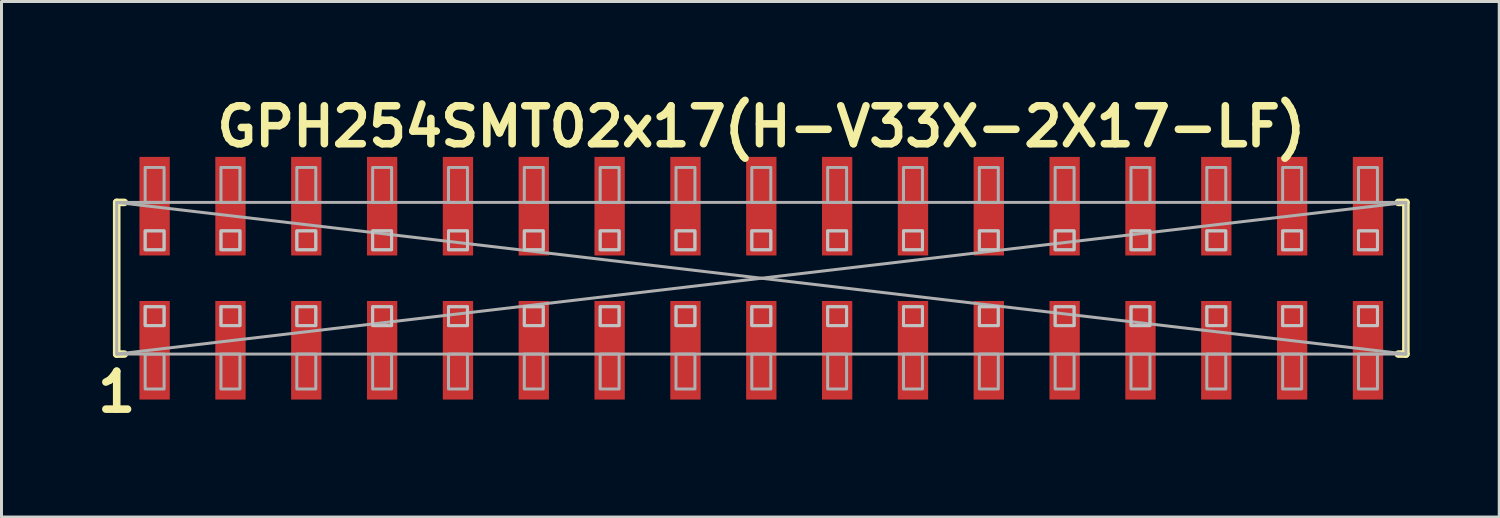
<source format=kicad_pcb>
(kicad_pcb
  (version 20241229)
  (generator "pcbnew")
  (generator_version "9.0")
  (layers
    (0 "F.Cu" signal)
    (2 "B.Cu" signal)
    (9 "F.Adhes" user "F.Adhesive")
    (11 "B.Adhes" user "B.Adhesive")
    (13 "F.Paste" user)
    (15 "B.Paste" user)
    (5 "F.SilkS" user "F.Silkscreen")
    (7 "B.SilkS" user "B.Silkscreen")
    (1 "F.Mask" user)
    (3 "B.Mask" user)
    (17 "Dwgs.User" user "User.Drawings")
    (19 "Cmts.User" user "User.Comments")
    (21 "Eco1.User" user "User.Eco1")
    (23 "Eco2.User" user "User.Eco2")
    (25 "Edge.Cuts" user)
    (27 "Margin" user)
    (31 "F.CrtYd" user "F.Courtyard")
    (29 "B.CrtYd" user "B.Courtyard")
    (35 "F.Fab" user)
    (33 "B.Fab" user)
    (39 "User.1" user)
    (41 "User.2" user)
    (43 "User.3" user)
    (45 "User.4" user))
  (footprint "GPH254SMT02x17(H-V33X-2X17-LF)"
    (layer "F.Cu")
    (at 22.449 6.269)
    (property "Reference" "GPH254SMT02x17(H-V33X-2X17-LF)" (at 0 -5.08 0) (layer "F.SilkS") (effects (font (size 1.27 1.27) (thickness 0.254))))
    (attr smd)
    (fp_line (start -21.59 -2.54) (end -21.59 2.54) (stroke (width 0.254) (type solid)) (layer "F.SilkS"))
    (fp_line (start -21.59 -2.54) (end -21.336 -2.54) (stroke (width 0.254) (type solid)) (layer "F.SilkS"))
    (fp_line (start -21.59 2.54) (end -21.336 2.54) (stroke (width 0.254) (type solid)) (layer "F.SilkS"))
    (fp_line (start 21.59 -2.54) (end 21.336 -2.54) (stroke (width 0.254) (type solid)) (layer "F.SilkS"))
    (fp_line (start 21.59 2.54) (end 21.336 2.54) (stroke (width 0.254) (type solid)) (layer "F.SilkS"))
    (fp_line (start 21.59 2.54) (end 21.59 -2.54) (stroke (width 0.254) (type solid)) (layer "F.SilkS"))
    (fp_poly (pts (xy -20.637 -1.587) (xy -20.003 -1.587) (xy -20.003 -0.953) (xy -20.637 -0.953)) (stroke (width 0.1) (type solid)) (fill no) (layer "Dwgs.User"))
    (fp_poly (pts (xy -20.637 0.953) (xy -20.003 0.953) (xy -20.003 1.587) (xy -20.637 1.587)) (stroke (width 0.1) (type solid)) (fill no) (layer "Dwgs.User"))
    (fp_poly (pts (xy -18.098 -1.587) (xy -17.462 -1.587) (xy -17.462 -0.953) (xy -18.098 -0.953)) (stroke (width 0.1) (type solid)) (fill no) (layer "Dwgs.User"))
    (fp_poly (pts (xy -18.098 0.953) (xy -17.462 0.953) (xy -17.462 1.587) (xy -18.098 1.587)) (stroke (width 0.1) (type solid)) (fill no) (layer "Dwgs.User"))
    (fp_poly (pts (xy -15.557 -1.587) (xy -14.922 -1.587) (xy -14.922 -0.953) (xy -15.557 -0.953)) (stroke (width 0.1) (type solid)) (fill no) (layer "Dwgs.User"))
    (fp_poly (pts (xy -15.557 0.953) (xy -14.922 0.953) (xy -14.922 1.587) (xy -15.557 1.587)) (stroke (width 0.1) (type solid)) (fill no) (layer "Dwgs.User"))
    (fp_poly (pts (xy -13.018 -1.587) (xy -12.383 -1.587) (xy -12.383 -0.953) (xy -13.018 -0.953)) (stroke (width 0.1) (type solid)) (fill no) (layer "Dwgs.User"))
    (fp_poly (pts (xy -13.018 0.953) (xy -12.383 0.953) (xy -12.383 1.587) (xy -13.018 1.587)) (stroke (width 0.1) (type solid)) (fill no) (layer "Dwgs.User"))
    (fp_poly (pts (xy -10.477 -1.587) (xy -9.842 -1.587) (xy -9.842 -0.953) (xy -10.477 -0.953)) (stroke (width 0.1) (type solid)) (fill no) (layer "Dwgs.User"))
    (fp_poly (pts (xy -10.477 0.953) (xy -9.842 0.953) (xy -9.842 1.587) (xy -10.477 1.587)) (stroke (width 0.1) (type solid)) (fill no) (layer "Dwgs.User"))
    (fp_poly (pts (xy -7.938 -1.587) (xy -7.303 -1.587) (xy -7.303 -0.953) (xy -7.938 -0.953)) (stroke (width 0.1) (type solid)) (fill no) (layer "Dwgs.User"))
    (fp_poly (pts (xy -7.938 0.953) (xy -7.303 0.953) (xy -7.303 1.587) (xy -7.938 1.587)) (stroke (width 0.1) (type solid)) (fill no) (layer "Dwgs.User"))
    (fp_poly (pts (xy -5.397 -1.587) (xy -4.763 -1.587) (xy -4.763 -0.953) (xy -5.397 -0.953)) (stroke (width 0.1) (type solid)) (fill no) (layer "Dwgs.User"))
    (fp_poly (pts (xy -5.397 0.953) (xy -4.763 0.953) (xy -4.763 1.587) (xy -5.397 1.587)) (stroke (width 0.1) (type solid)) (fill no) (layer "Dwgs.User"))
    (fp_poly (pts (xy -2.857 -1.587) (xy -2.223 -1.587) (xy -2.223 -0.953) (xy -2.857 -0.953)) (stroke (width 0.1) (type solid)) (fill no) (layer "Dwgs.User"))
    (fp_poly (pts (xy -2.857 0.953) (xy -2.223 0.953) (xy -2.223 1.587) (xy -2.857 1.587)) (stroke (width 0.1) (type solid)) (fill no) (layer "Dwgs.User"))
    (fp_poly (pts (xy -0.318 -1.587) (xy 0.318 -1.587) (xy 0.318 -0.953) (xy -0.318 -0.953)) (stroke (width 0.1) (type solid)) (fill no) (layer "Dwgs.User"))
    (fp_poly (pts (xy -0.318 0.953) (xy 0.318 0.953) (xy 0.318 1.587) (xy -0.318 1.587)) (stroke (width 0.1) (type solid)) (fill no) (layer "Dwgs.User"))
    (fp_poly (pts (xy 2.223 -1.587) (xy 2.857 -1.587) (xy 2.857 -0.953) (xy 2.223 -0.953)) (stroke (width 0.1) (type solid)) (fill no) (layer "Dwgs.User"))
    (fp_poly (pts (xy 2.223 0.953) (xy 2.857 0.953) (xy 2.857 1.587) (xy 2.223 1.587)) (stroke (width 0.1) (type solid)) (fill no) (layer "Dwgs.User"))
    (fp_poly (pts (xy 4.763 -1.587) (xy 5.397 -1.587) (xy 5.397 -0.953) (xy 4.763 -0.953)) (stroke (width 0.1) (type solid)) (fill no) (layer "Dwgs.User"))
    (fp_poly (pts (xy 4.763 0.953) (xy 5.397 0.953) (xy 5.397 1.587) (xy 4.763 1.587)) (stroke (width 0.1) (type solid)) (fill no) (layer "Dwgs.User"))
    (fp_poly (pts (xy 7.303 -1.587) (xy 7.938 -1.587) (xy 7.938 -0.953) (xy 7.303 -0.953)) (stroke (width 0.1) (type solid)) (fill no) (layer "Dwgs.User"))
    (fp_poly (pts (xy 7.303 0.953) (xy 7.938 0.953) (xy 7.938 1.587) (xy 7.303 1.587)) (stroke (width 0.1) (type solid)) (fill no) (layer "Dwgs.User"))
    (fp_poly (pts (xy 9.842 -1.587) (xy 10.477 -1.587) (xy 10.477 -0.953) (xy 9.842 -0.953)) (stroke (width 0.1) (type solid)) (fill no) (layer "Dwgs.User"))
    (fp_poly (pts (xy 9.842 0.953) (xy 10.477 0.953) (xy 10.477 1.587) (xy 9.842 1.587)) (stroke (width 0.1) (type solid)) (fill no) (layer "Dwgs.User"))
    (fp_poly (pts (xy 12.383 -1.587) (xy 13.018 -1.587) (xy 13.018 -0.953) (xy 12.383 -0.953)) (stroke (width 0.1) (type solid)) (fill no) (layer "Dwgs.User"))
    (fp_poly (pts (xy 12.383 0.953) (xy 13.018 0.953) (xy 13.018 1.587) (xy 12.383 1.587)) (stroke (width 0.1) (type solid)) (fill no) (layer "Dwgs.User"))
    (fp_poly (pts (xy 14.922 -1.587) (xy 15.557 -1.587) (xy 15.557 -0.953) (xy 14.922 -0.953)) (stroke (width 0.1) (type solid)) (fill no) (layer "Dwgs.User"))
    (fp_poly (pts (xy 14.922 0.953) (xy 15.557 0.953) (xy 15.557 1.587) (xy 14.922 1.587)) (stroke (width 0.1) (type solid)) (fill no) (layer "Dwgs.User"))
    (fp_poly (pts (xy 17.462 -1.587) (xy 18.098 -1.587) (xy 18.098 -0.953) (xy 17.462 -0.953)) (stroke (width 0.1) (type solid)) (fill no) (layer "Dwgs.User"))
    (fp_poly (pts (xy 17.462 0.953) (xy 18.098 0.953) (xy 18.098 1.587) (xy 17.462 1.587)) (stroke (width 0.1) (type solid)) (fill no) (layer "Dwgs.User"))
    (fp_poly (pts (xy 20.003 -1.587) (xy 20.637 -1.587) (xy 20.637 -0.953) (xy 20.003 -0.953)) (stroke (width 0.1) (type solid)) (fill no) (layer "Dwgs.User"))
    (fp_poly (pts (xy 20.003 0.953) (xy 20.637 0.953) (xy 20.637 1.587) (xy 20.003 1.587)) (stroke (width 0.1) (type solid)) (fill no) (layer "Dwgs.User"))
    (fp_line (start -21.59 -2.54) (end 21.59 2.54) (stroke (width 0.1) (type default)) (layer "F.Fab"))
    (fp_line (start 21.59 -2.54) (end -21.59 2.54) (stroke (width 0.1) (type default)) (layer "F.Fab"))
    (fp_rect (start -21.59 -2.54) (end 21.59 2.54) (stroke (width 0.1) (type default)) (fill no) (layer "F.Fab"))
    (fp_poly (pts (xy -20.637 -3.71) (xy -20.003 -3.71) (xy -20.003 -2.54) (xy -20.637 -2.54)) (stroke (width 0.1) (type solid)) (fill no) (layer "F.Fab"))
    (fp_poly (pts (xy -20.637 -1.587) (xy -20.003 -1.587) (xy -20.003 -0.953) (xy -20.637 -0.953)) (stroke (width 0.1) (type solid)) (fill no) (layer "F.Fab"))
    (fp_poly (pts (xy -20.637 0.953) (xy -20.003 0.953) (xy -20.003 1.587) (xy -20.637 1.587)) (stroke (width 0.1) (type solid)) (fill no) (layer "F.Fab"))
    (fp_poly (pts (xy -20.637 2.54) (xy -20.003 2.54) (xy -20.003 3.71) (xy -20.637 3.71)) (stroke (width 0.1) (type solid)) (fill no) (layer "F.Fab"))
    (fp_poly (pts (xy -18.098 -3.71) (xy -17.462 -3.71) (xy -17.462 -2.54) (xy -18.098 -2.54)) (stroke (width 0.1) (type solid)) (fill no) (layer "F.Fab"))
    (fp_poly (pts (xy -18.098 -1.587) (xy -17.462 -1.587) (xy -17.462 -0.953) (xy -18.098 -0.953)) (stroke (width 0.1) (type solid)) (fill no) (layer "F.Fab"))
    (fp_poly (pts (xy -18.098 0.953) (xy -17.462 0.953) (xy -17.462 1.587) (xy -18.098 1.587)) (stroke (width 0.1) (type solid)) (fill no) (layer "F.Fab"))
    (fp_poly (pts (xy -18.098 2.54) (xy -17.462 2.54) (xy -17.462 3.71) (xy -18.098 3.71)) (stroke (width 0.1) (type solid)) (fill no) (layer "F.Fab"))
    (fp_poly (pts (xy -15.557 -3.71) (xy -14.922 -3.71) (xy -14.922 -2.54) (xy -15.557 -2.54)) (stroke (width 0.1) (type solid)) (fill no) (layer "F.Fab"))
    (fp_poly (pts (xy -15.557 -1.587) (xy -14.922 -1.587) (xy -14.922 -0.953) (xy -15.557 -0.953)) (stroke (width 0.1) (type solid)) (fill no) (layer "F.Fab"))
    (fp_poly (pts (xy -15.557 0.953) (xy -14.922 0.953) (xy -14.922 1.587) (xy -15.557 1.587)) (stroke (width 0.1) (type solid)) (fill no) (layer "F.Fab"))
    (fp_poly (pts (xy -15.557 2.54) (xy -14.922 2.54) (xy -14.922 3.71) (xy -15.557 3.71)) (stroke (width 0.1) (type solid)) (fill no) (layer "F.Fab"))
    (fp_poly (pts (xy -13.018 -3.71) (xy -12.383 -3.71) (xy -12.383 -2.54) (xy -13.018 -2.54)) (stroke (width 0.1) (type solid)) (fill no) (layer "F.Fab"))
    (fp_poly (pts (xy -13.018 0.953) (xy -12.383 0.953) (xy -12.383 1.587) (xy -13.018 1.587)) (stroke (width 0.1) (type solid)) (fill no) (layer "F.Fab"))
    (fp_poly (pts (xy -13.018 2.54) (xy -12.383 2.54) (xy -12.383 3.71) (xy -13.018 3.71)) (stroke (width 0.1) (type solid)) (fill no) (layer "F.Fab"))
    (fp_poly (pts (xy -10.477 -3.71) (xy -9.842 -3.71) (xy -9.842 -2.54) (xy -10.477 -2.54)) (stroke (width 0.1) (type solid)) (fill no) (layer "F.Fab"))
    (fp_poly (pts (xy -10.477 -1.587) (xy -9.842 -1.587) (xy -9.842 -0.953) (xy -10.477 -0.953)) (stroke (width 0.1) (type solid)) (fill no) (layer "F.Fab"))
    (fp_poly (pts (xy -10.477 0.953) (xy -9.842 0.953) (xy -9.842 1.587) (xy -10.477 1.587)) (stroke (width 0.1) (type solid)) (fill no) (layer "F.Fab"))
    (fp_poly (pts (xy -10.477 2.54) (xy -9.842 2.54) (xy -9.842 3.71) (xy -10.477 3.71)) (stroke (width 0.1) (type solid)) (fill no) (layer "F.Fab"))
    (fp_poly (pts (xy -7.938 -3.71) (xy -7.303 -3.71) (xy -7.303 -2.54) (xy -7.938 -2.54)) (stroke (width 0.1) (type solid)) (fill no) (layer "F.Fab"))
    (fp_poly (pts (xy -7.938 -1.587) (xy -7.303 -1.587) (xy -7.303 -0.953) (xy -7.938 -0.953)) (stroke (width 0.1) (type solid)) (fill no) (layer "F.Fab"))
    (fp_poly (pts (xy -7.938 0.953) (xy -7.303 0.953) (xy -7.303 1.587) (xy -7.938 1.587)) (stroke (width 0.1) (type solid)) (fill no) (layer "F.Fab"))
    (fp_poly (pts (xy -7.938 2.54) (xy -7.303 2.54) (xy -7.303 3.71) (xy -7.938 3.71)) (stroke (width 0.1) (type solid)) (fill no) (layer "F.Fab"))
    (fp_poly (pts (xy -5.397 -3.71) (xy -4.763 -3.71) (xy -4.763 -2.54) (xy -5.397 -2.54)) (stroke (width 0.1) (type solid)) (fill no) (layer "F.Fab"))
    (fp_poly (pts (xy -5.397 -1.587) (xy -4.763 -1.587) (xy -4.763 -0.953) (xy -5.397 -0.953)) (stroke (width 0.1) (type solid)) (fill no) (layer "F.Fab"))
    (fp_poly (pts (xy -5.397 0.953) (xy -4.763 0.953) (xy -4.763 1.587) (xy -5.397 1.587)) (stroke (width 0.1) (type solid)) (fill no) (layer "F.Fab"))
    (fp_poly (pts (xy -5.397 2.54) (xy -4.763 2.54) (xy -4.763 3.71) (xy -5.397 3.71)) (stroke (width 0.1) (type solid)) (fill no) (layer "F.Fab"))
    (fp_poly (pts (xy -2.857 -3.71) (xy -2.223 -3.71) (xy -2.223 -2.54) (xy -2.857 -2.54)) (stroke (width 0.1) (type solid)) (fill no) (layer "F.Fab"))
    (fp_poly (pts (xy -2.857 -1.587) (xy -2.223 -1.587) (xy -2.223 -0.953) (xy -2.857 -0.953)) (stroke (width 0.1) (type solid)) (fill no) (layer "F.Fab"))
    (fp_poly (pts (xy -2.857 0.953) (xy -2.223 0.953) (xy -2.223 1.587) (xy -2.857 1.587)) (stroke (width 0.1) (type solid)) (fill no) (layer "F.Fab"))
    (fp_poly (pts (xy -2.857 2.54) (xy -2.223 2.54) (xy -2.223 3.71) (xy -2.857 3.71)) (stroke (width 0.1) (type solid)) (fill no) (layer "F.Fab"))
    (fp_poly (pts (xy -0.318 -3.71) (xy 0.318 -3.71) (xy 0.318 -2.54) (xy -0.318 -2.54)) (stroke (width 0.1) (type solid)) (fill no) (layer "F.Fab"))
    (fp_poly (pts (xy -0.318 0.953) (xy 0.318 0.953) (xy 0.318 1.587) (xy -0.318 1.587)) (stroke (width 0.1) (type solid)) (fill no) (layer "F.Fab"))
    (fp_poly (pts (xy -0.318 2.54) (xy 0.318 2.54) (xy 0.318 3.71) (xy -0.318 3.71)) (stroke (width 0.1) (type solid)) (fill no) (layer "F.Fab"))
    (fp_poly (pts (xy 2.223 -3.71) (xy 2.857 -3.71) (xy 2.857 -2.54) (xy 2.223 -2.54)) (stroke (width 0.1) (type solid)) (fill no) (layer "F.Fab"))
    (fp_poly (pts (xy 2.223 -1.587) (xy 2.857 -1.587) (xy 2.857 -0.953) (xy 2.223 -0.953)) (stroke (width 0.1) (type solid)) (fill no) (layer "F.Fab"))
    (fp_poly (pts (xy 2.223 0.953) (xy 2.857 0.953) (xy 2.857 1.587) (xy 2.223 1.587)) (stroke (width 0.1) (type solid)) (fill no) (layer "F.Fab"))
    (fp_poly (pts (xy 2.223 2.54) (xy 2.857 2.54) (xy 2.857 3.71) (xy 2.223 3.71)) (stroke (width 0.1) (type solid)) (fill no) (layer "F.Fab"))
    (fp_poly (pts (xy 4.763 -3.71) (xy 5.397 -3.71) (xy 5.397 -2.54) (xy 4.763 -2.54)) (stroke (width 0.1) (type solid)) (fill no) (layer "F.Fab"))
    (fp_poly (pts (xy 4.763 -1.587) (xy 5.397 -1.587) (xy 5.397 -0.953) (xy 4.763 -0.953)) (stroke (width 0.1) (type solid)) (fill no) (layer "F.Fab"))
    (fp_poly (pts (xy 4.763 0.953) (xy 5.397 0.953) (xy 5.397 1.587) (xy 4.763 1.587)) (stroke (width 0.1) (type solid)) (fill no) (layer "F.Fab"))
    (fp_poly (pts (xy 4.763 2.54) (xy 5.397 2.54) (xy 5.397 3.71) (xy 4.763 3.71)) (stroke (width 0.1) (type solid)) (fill no) (layer "F.Fab"))
    (fp_poly (pts (xy 7.303 -3.71) (xy 7.938 -3.71) (xy 7.938 -2.54) (xy 7.303 -2.54)) (stroke (width 0.1) (type solid)) (fill no) (layer "F.Fab"))
    (fp_poly (pts (xy 7.303 -1.587) (xy 7.938 -1.587) (xy 7.938 -0.953) (xy 7.303 -0.953)) (stroke (width 0.1) (type solid)) (fill no) (layer "F.Fab"))
    (fp_poly (pts (xy 7.303 0.953) (xy 7.938 0.953) (xy 7.938 1.587) (xy 7.303 1.587)) (stroke (width 0.1) (type solid)) (fill no) (layer "F.Fab"))
    (fp_poly (pts (xy 7.303 2.54) (xy 7.938 2.54) (xy 7.938 3.71) (xy 7.303 3.71)) (stroke (width 0.1) (type solid)) (fill no) (layer "F.Fab"))
    (fp_poly (pts (xy 9.842 -3.71) (xy 10.477 -3.71) (xy 10.477 -2.54) (xy 9.842 -2.54)) (stroke (width 0.1) (type solid)) (fill no) (layer "F.Fab"))
    (fp_poly (pts (xy 9.842 -1.587) (xy 10.477 -1.587) (xy 10.477 -0.953) (xy 9.842 -0.953)) (stroke (width 0.1) (type solid)) (fill no) (layer "F.Fab"))
    (fp_poly (pts (xy 9.842 0.953) (xy 10.477 0.953) (xy 10.477 1.587) (xy 9.842 1.587)) (stroke (width 0.1) (type solid)) (fill no) (layer "F.Fab"))
    (fp_poly (pts (xy 9.842 2.54) (xy 10.477 2.54) (xy 10.477 3.71) (xy 9.842 3.71)) (stroke (width 0.1) (type solid)) (fill no) (layer "F.Fab"))
    (fp_poly (pts (xy 12.383 -3.71) (xy 13.018 -3.71) (xy 13.018 -2.54) (xy 12.383 -2.54)) (stroke (width 0.1) (type solid)) (fill no) (layer "F.Fab"))
    (fp_poly (pts (xy 12.383 0.953) (xy 13.018 0.953) (xy 13.018 1.587) (xy 12.383 1.587)) (stroke (width 0.1) (type solid)) (fill no) (layer "F.Fab"))
    (fp_poly (pts (xy 12.383 2.54) (xy 13.018 2.54) (xy 13.018 3.71) (xy 12.383 3.71)) (stroke (width 0.1) (type solid)) (fill no) (layer "F.Fab"))
    (fp_poly (pts (xy 14.922 -3.71) (xy 15.557 -3.71) (xy 15.557 -2.54) (xy 14.922 -2.54)) (stroke (width 0.1) (type solid)) (fill no) (layer "F.Fab"))
    (fp_poly (pts (xy 14.922 -1.587) (xy 15.557 -1.587) (xy 15.557 -0.953) (xy 14.922 -0.953)) (stroke (width 0.1) (type solid)) (fill no) (layer "F.Fab"))
    (fp_poly (pts (xy 14.922 0.953) (xy 15.557 0.953) (xy 15.557 1.587) (xy 14.922 1.587)) (stroke (width 0.1) (type solid)) (fill no) (layer "F.Fab"))
    (fp_poly (pts (xy 14.922 2.54) (xy 15.557 2.54) (xy 15.557 3.71) (xy 14.922 3.71)) (stroke (width 0.1) (type solid)) (fill no) (layer "F.Fab"))
    (fp_poly (pts (xy 17.462 -3.71) (xy 18.098 -3.71) (xy 18.098 -2.54) (xy 17.462 -2.54)) (stroke (width 0.1) (type solid)) (fill no) (layer "F.Fab"))
    (fp_poly (pts (xy 17.462 -1.587) (xy 18.098 -1.587) (xy 18.098 -0.953) (xy 17.462 -0.953)) (stroke (width 0.1) (type solid)) (fill no) (layer "F.Fab"))
    (fp_poly (pts (xy 17.462 0.953) (xy 18.098 0.953) (xy 18.098 1.587) (xy 17.462 1.587)) (stroke (width 0.1) (type solid)) (fill no) (layer "F.Fab"))
    (fp_poly (pts (xy 17.462 2.54) (xy 18.098 2.54) (xy 18.098 3.71) (xy 17.462 3.71)) (stroke (width 0.1) (type solid)) (fill no) (layer "F.Fab"))
    (fp_poly (pts (xy 20.003 -3.71) (xy 20.637 -3.71) (xy 20.637 -2.54) (xy 20.003 -2.54)) (stroke (width 0.1) (type solid)) (fill no) (layer "F.Fab"))
    (fp_poly (pts (xy 20.003 -1.587) (xy 20.637 -1.587) (xy 20.637 -0.953) (xy 20.003 -0.953)) (stroke (width 0.1) (type solid)) (fill no) (layer "F.Fab"))
    (fp_poly (pts (xy 20.003 0.953) (xy 20.637 0.953) (xy 20.637 1.587) (xy 20.003 1.587)) (stroke (width 0.1) (type solid)) (fill no) (layer "F.Fab"))
    (fp_poly (pts (xy 20.003 2.54) (xy 20.637 2.54) (xy 20.637 3.71) (xy 20.003 3.71)) (stroke (width 0.1) (type solid)) (fill no) (layer "F.Fab"))
    (fp_poly (pts (xy -13.018 -1.587) (xy -12.383 -1.587) (xy -12.383 -1.27) (xy -12.383 -0.953) (xy -13.018 -0.953)) (stroke (width 0.1) (type solid)) (fill no) (layer "F.Fab"))
    (fp_poly (pts (xy -0.318 -1.587) (xy 0.318 -1.587) (xy 0.318 -1.27) (xy 0.318 -0.953) (xy -0.318 -0.953)) (stroke (width 0.1) (type solid)) (fill no) (layer "F.Fab"))
    (fp_poly (pts (xy 12.383 -1.587) (xy 13.018 -1.587) (xy 13.018 -1.27) (xy 13.018 -0.953) (xy 12.383 -0.953)) (stroke (width 0.1) (type solid)) (fill no) (layer "F.Fab"))
    (fp_text user "1" (at -21.59 3.81 0) (layer "F.SilkS") (effects (font (size 1.27 1.27) (thickness 0.254))))
    (pad "" smd rect (at -20.32 -2.413 90) (size 3.556 1.778) (layers "F.Paste"))
    (pad "" smd rect (at -20.32 2.413 90) (size 3.556 1.778) (layers "F.Paste"))
    (pad "" smd rect (at -17.78 -2.413 90) (size 3.556 1.778) (layers "F.Paste"))
    (pad "" smd rect (at -17.78 2.413 90) (size 3.556 1.778) (layers "F.Paste"))
    (pad "" smd rect (at -15.24 -2.413 90) (size 3.556 1.778) (layers "F.Paste"))
    (pad "" smd rect (at -15.24 2.413 90) (size 3.556 1.778) (layers "F.Paste"))
    (pad "" smd rect (at -12.7 -2.413 90) (size 3.556 1.778) (layers "F.Paste"))
    (pad "" smd rect (at -12.7 2.413 90) (size 3.556 1.778) (layers "F.Paste"))
    (pad "" smd rect (at -10.16 -2.413 90) (size 3.556 1.778) (layers "F.Paste"))
    (pad "" smd rect (at -10.16 2.413 90) (size 3.556 1.778) (layers "F.Paste"))
    (pad "" smd rect (at -7.62 -2.413 90) (size 3.556 1.778) (layers "F.Paste"))
    (pad "" smd rect (at -7.62 2.413 90) (size 3.556 1.778) (layers "F.Paste"))
    (pad "" smd rect (at -5.08 -2.413 90) (size 3.556 1.778) (layers "F.Paste"))
    (pad "" smd rect (at -5.08 2.413 90) (size 3.556 1.778) (layers "F.Paste"))
    (pad "" smd rect (at -2.54 -2.413 90) (size 3.556 1.778) (layers "F.Paste"))
    (pad "" smd rect (at -2.54 2.413 90) (size 3.556 1.778) (layers "F.Paste"))
    (pad "" smd rect (at 0 -2.413 90) (size 3.556 1.778) (layers "F.Paste"))
    (pad "" smd rect (at 0 2.413 90) (size 3.556 1.778) (layers "F.Paste"))
    (pad "" smd rect (at 2.54 -2.413 90) (size 3.556 1.778) (layers "F.Paste"))
    (pad "" smd rect (at 2.54 2.413 90) (size 3.556 1.778) (layers "F.Paste"))
    (pad "" smd rect (at 5.08 -2.413 90) (size 3.556 1.778) (layers "F.Paste"))
    (pad "" smd rect (at 5.08 2.413 90) (size 3.556 1.778) (layers "F.Paste"))
    (pad "" smd rect (at 7.62 -2.413 90) (size 3.556 1.778) (layers "F.Paste"))
    (pad "" smd rect (at 7.62 2.413 90) (size 3.556 1.778) (layers "F.Paste"))
    (pad "" smd rect (at 10.16 -2.413 90) (size 3.556 1.778) (layers "F.Paste"))
    (pad "" smd rect (at 10.16 2.413 90) (size 3.556 1.778) (layers "F.Paste"))
    (pad "" smd rect (at 12.7 -2.413 90) (size 3.556 1.778) (layers "F.Paste"))
    (pad "" smd rect (at 12.7 2.413 90) (size 3.556 1.778) (layers "F.Paste"))
    (pad "" smd rect (at 15.24 -2.413 90) (size 3.556 1.778) (layers "F.Paste"))
    (pad "" smd rect (at 15.24 2.413 90) (size 3.556 1.778) (layers "F.Paste"))
    (pad "" smd rect (at 17.78 -2.413 90) (size 3.556 1.778) (layers "F.Paste"))
    (pad "" smd rect (at 17.78 2.413 90) (size 3.556 1.778) (layers "F.Paste"))
    (pad "" smd rect (at 20.32 -2.413 90) (size 3.556 1.778) (layers "F.Paste"))
    (pad "" smd rect (at 20.32 2.413 90) (size 3.556 1.778) (layers "F.Paste"))
    (pad "1" smd rect (at -20.32 2.413 90) (size 3.302 1.016) (layers "F.Cu" "F.Mask"))
    (pad "2" smd rect (at -20.32 -2.413 90) (size 3.302 1.016) (layers "F.Cu" "F.Mask"))
    (pad "3" smd rect (at -17.78 2.413 90) (size 3.302 1.016) (layers "F.Cu" "F.Mask"))
    (pad "4" smd rect (at -17.78 -2.413 90) (size 3.302 1.016) (layers "F.Cu" "F.Mask"))
    (pad "5" smd rect (at -15.24 2.413 90) (size 3.302 1.016) (layers "F.Cu" "F.Mask"))
    (pad "6" smd rect (at -15.24 -2.413 90) (size 3.302 1.016) (layers "F.Cu" "F.Mask"))
    (pad "7" smd rect (at -12.7 2.413 90) (size 3.302 1.016) (layers "F.Cu" "F.Mask"))
    (pad "8" smd rect (at -12.7 -2.413 90) (size 3.302 1.016) (layers "F.Cu" "F.Mask"))
    (pad "9" smd rect (at -10.16 2.413 90) (size 3.302 1.016) (layers "F.Cu" "F.Mask"))
    (pad "10" smd rect (at -10.16 -2.413 90) (size 3.302 1.016) (layers "F.Cu" "F.Mask"))
    (pad "11" smd rect (at -7.62 2.413 90) (size 3.302 1.016) (layers "F.Cu" "F.Mask"))
    (pad "12" smd rect (at -7.62 -2.413 90) (size 3.302 1.016) (layers "F.Cu" "F.Mask"))
    (pad "13" smd rect (at -5.08 2.413 90) (size 3.302 1.016) (layers "F.Cu" "F.Mask"))
    (pad "14" smd rect (at -5.08 -2.413 90) (size 3.302 1.016) (layers "F.Cu" "F.Mask"))
    (pad "15" smd rect (at -2.54 2.413 90) (size 3.302 1.016) (layers "F.Cu" "F.Mask"))
    (pad "16" smd rect (at -2.54 -2.413 90) (size 3.302 1.016) (layers "F.Cu" "F.Mask"))
    (pad "17" smd rect (at 0 2.413 90) (size 3.302 1.016) (layers "F.Cu" "F.Mask"))
    (pad "18" smd rect (at 0 -2.413 90) (size 3.302 1.016) (layers "F.Cu" "F.Mask"))
    (pad "19" smd rect (at 2.54 2.413 90) (size 3.302 1.016) (layers "F.Cu" "F.Mask"))
    (pad "20" smd rect (at 2.54 -2.413 90) (size 3.302 1.016) (layers "F.Cu" "F.Mask"))
    (pad "21" smd rect (at 5.08 2.413 90) (size 3.302 1.016) (layers "F.Cu" "F.Mask"))
    (pad "22" smd rect (at 5.08 -2.413 90) (size 3.302 1.016) (layers "F.Cu" "F.Mask"))
    (pad "23" smd rect (at 7.62 2.413 90) (size 3.302 1.016) (layers "F.Cu" "F.Mask"))
    (pad "24" smd rect (at 7.62 -2.413 90) (size 3.302 1.016) (layers "F.Cu" "F.Mask"))
    (pad "25" smd rect (at 10.16 2.413 90) (size 3.302 1.016) (layers "F.Cu" "F.Mask"))
    (pad "26" smd rect (at 10.16 -2.413 90) (size 3.302 1.016) (layers "F.Cu" "F.Mask"))
    (pad "27" smd rect (at 12.7 2.413 90) (size 3.302 1.016) (layers "F.Cu" "F.Mask"))
    (pad "28" smd rect (at 12.7 -2.413 90) (size 3.302 1.016) (layers "F.Cu" "F.Mask"))
    (pad "29" smd rect (at 15.24 2.413 90) (size 3.302 1.016) (layers "F.Cu" "F.Mask"))
    (pad "30" smd rect (at 15.24 -2.413 90) (size 3.302 1.016) (layers "F.Cu" "F.Mask"))
    (pad "31" smd rect (at 17.78 2.413 90) (size 3.302 1.016) (layers "F.Cu" "F.Mask"))
    (pad "32" smd rect (at 17.78 -2.413 90) (size 3.302 1.016) (layers "F.Cu" "F.Mask"))
    (pad "33" smd rect (at 20.32 2.413 90) (size 3.302 1.016) (layers "F.Cu" "F.Mask"))
    (pad "34" smd rect (at 20.32 -2.413 90) (size 3.302 1.016) (layers "F.Cu" "F.Mask")))
  (gr_rect
    (start -3 -3)
    (end 47.166 14.267)
    (stroke (width 0.1) (type default))
    (fill no)
    (layer "Edge.Cuts")))
</source>
